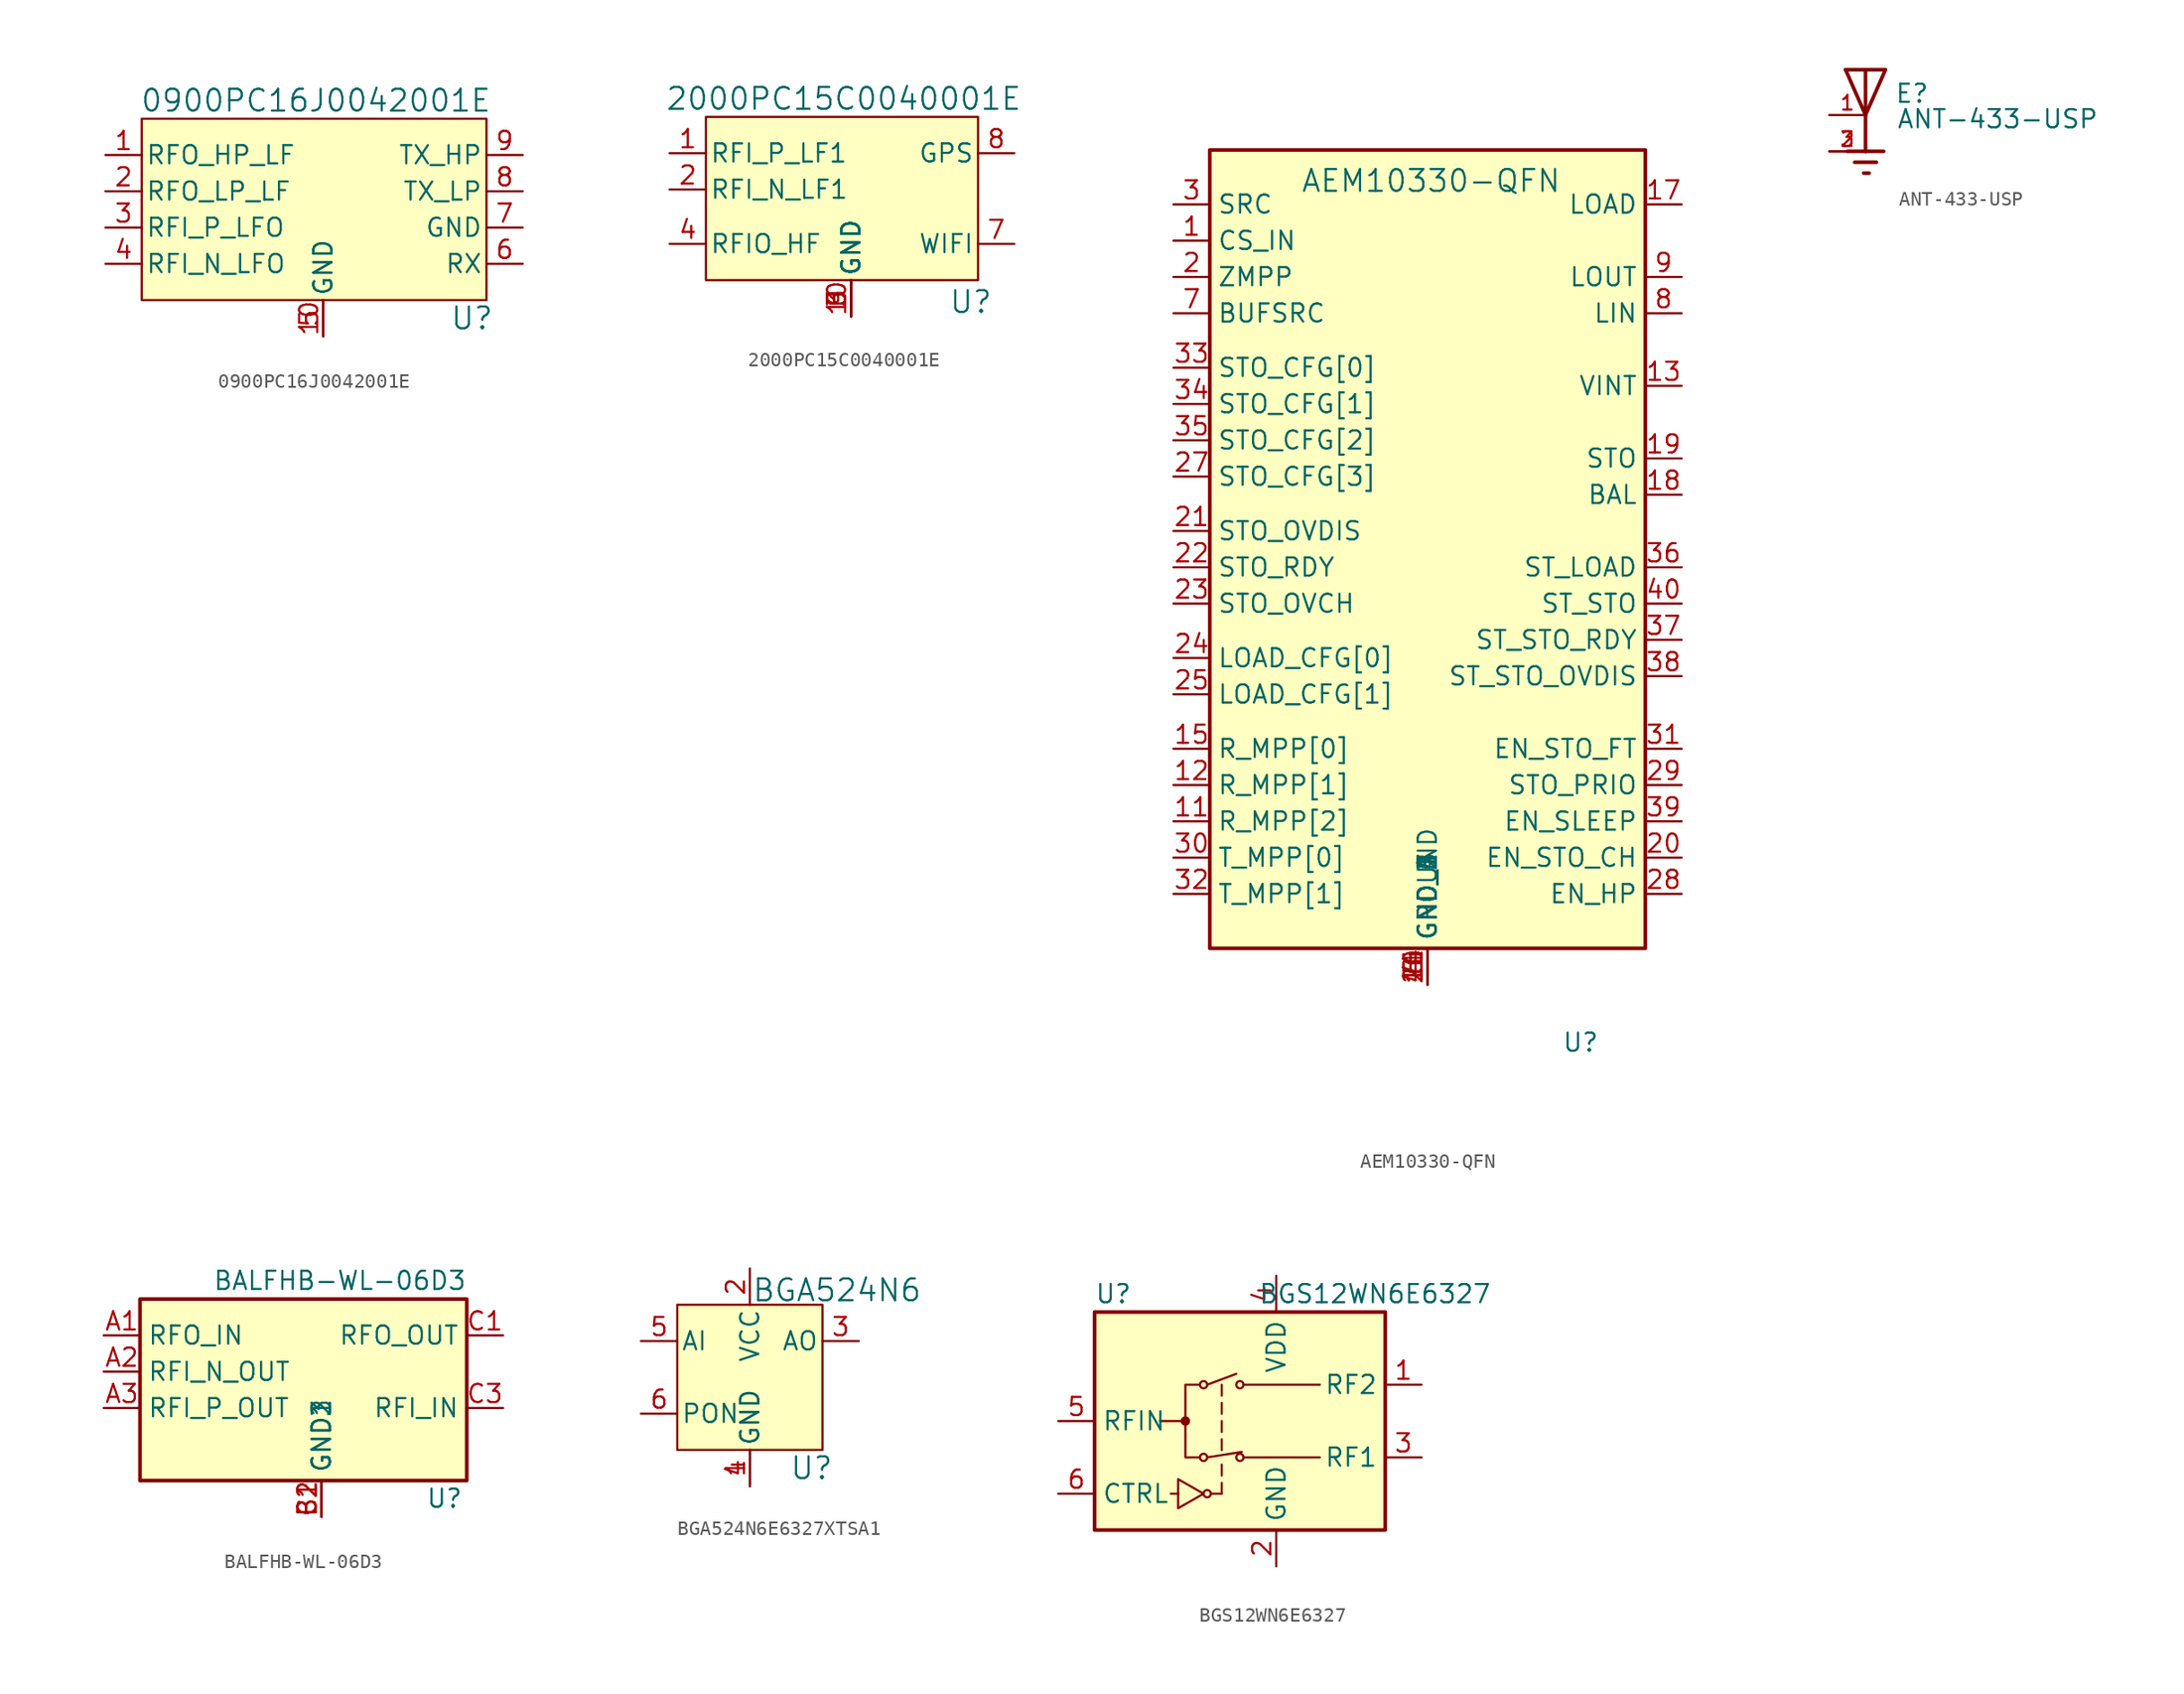
<source format=kicad_sym>
(kicad_symbol_lib
  (version 20231120)
  (generator "kicad_symbol_editor")
  (generator_version "8.0")
  (symbol "0900PC16J0042001E"
    (pin_names
      (offset 0.254))
    (property "Reference" "U"
      (at 10.414 -5.08 0)
      (effects (font (size 1.524 1.524))))
    (property "Value" "0900PC16J0042001E"
      (at -0.508 10.16 0)
      (effects (font (size 1.524 1.524))))
    (symbol "0900PC16J0042001E_0_1"
      (pin input line (at -15.24 6.35 0) (length 2.54) (name "RFO_HP_LF" (effects (font (size 1.27 1.27)))) (number "1" (effects (font (size 1.27 1.27)))))
      (pin power_in line (at 0 -6.35 90) (length 2.54) (name "GND" (effects (font (size 1.27 1.27)))) (number "10" (effects (font (size 1.27 1.27)))))
      (pin input line (at -15.24 3.81 0) (length 2.54) (name "RFO_LP_LF" (effects (font (size 1.27 1.27)))) (number "2" (effects (font (size 1.27 1.27)))))
      (pin output line (at -15.24 1.27 0) (length 2.54) (name "RFI_P_LFO" (effects (font (size 1.27 1.27)))) (number "3" (effects (font (size 1.27 1.27)))))
      (pin output line (at -15.24 -1.27 0) (length 2.54) (name "RFI_N_LFO" (effects (font (size 1.27 1.27)))) (number "4" (effects (font (size 1.27 1.27)))))
      (pin power_in line (at 0 -6.35 90) (length 2.54) (name "GND" (effects (font (size 1.27 1.27)))) (number "5" (effects (font (size 1.27 1.27)))))
      (pin input line (at 13.97 -1.27 180) (length 2.54) (name "RX" (effects (font (size 1.27 1.27)))) (number "6" (effects (font (size 1.27 1.27)))))
      (pin power_in line (at 13.97 1.27 180) (length 2.54) (name "GND" (effects (font (size 1.27 1.27)))) (number "7" (effects (font (size 1.27 1.27)))))
      (pin output line (at 13.97 3.81 180) (length 2.54) (name "TX_LP" (effects (font (size 1.27 1.27)))) (number "8" (effects (font (size 1.27 1.27)))))
      (pin output line (at 13.97 6.35 180) (length 2.54) (name "TX_HP" (effects (font (size 1.27 1.27)))) (number "9" (effects (font (size 1.27 1.27))))))
    (symbol "0900PC16J0042001E_1_1"
      (rectangle (start -12.7 8.89) (end 11.43 -3.81) (stroke (width 0) (type default)) (fill (type background)))))
  (symbol "2000PC15C0040001E"
    (pin_names
      (offset 0.254))
    (property "Reference" "U"
      (at 8.382 -6.604 0)
      (effects (font (size 1.524 1.524))))
    (property "Value" "2000PC15C0040001E"
      (at -0.508 7.62 0)
      (effects (font (size 1.524 1.524))))
    (symbol "2000PC15C0040001E_0_1"
      (pin power_in line (at 0 -7.62 90) (length 2.54) (name "GND" (effects (font (size 1.27 1.27)))) (number "10" (effects (font (size 1.27 1.27)))))
      (pin power_in line (at 0 -7.62 90) (length 2.54) (name "GND" (effects (font (size 1.27 1.27)))) (number "5" (effects (font (size 1.27 1.27))))))
    (symbol "2000PC15C0040001E_1_1"
      (rectangle (start -10.16 6.35) (end 8.89 -5.08) (stroke (width 0) (type default)) (fill (type background)))
      (pin input line (at -12.7 3.81 0) (length 2.54) (name "RFI_P_LF1" (effects (font (size 1.27 1.27)))) (number "1" (effects (font (size 1.27 1.27)))))
      (pin input line (at -12.7 1.27 0) (length 2.54) (name "RFI_N_LF1" (effects (font (size 1.27 1.27)))) (number "2" (effects (font (size 1.27 1.27)))))
      (pin power_in line (at 0 -7.62 90) (length 2.54) (name "GND" (effects (font (size 1.27 1.27)))) (number "3" (effects (font (size 1.27 1.27)))))
      (pin bidirectional line (at -12.7 -2.54 0) (length 2.54) (name "RFIO_HF" (effects (font (size 1.27 1.27)))) (number "4" (effects (font (size 1.27 1.27)))))
      (pin power_in line (at 0 -7.62 90) (length 2.54) (name "GND" (effects (font (size 1.27 1.27)))) (number "6" (effects (font (size 1.27 1.27)))))
      (pin bidirectional line (at 11.43 -2.54 180) (length 2.54) (name "WIFI" (effects (font (size 1.27 1.27)))) (number "7" (effects (font (size 1.27 1.27)))))
      (pin input line (at 11.43 3.81 180) (length 2.54) (name "GPS" (effects (font (size 1.27 1.27)))) (number "8" (effects (font (size 1.27 1.27)))))
      (pin power_in line (at 0 -7.62 90) (length 2.54) (name "GND" (effects (font (size 1.27 1.27)))) (number "9" (effects (font (size 1.27 1.27)))))))
  (symbol "AEM10330-QFN"
    (property "Reference" "U"
      (at 29.718 -41.402 0)
      (effects (font (size 1.27 1.27)) (justify left top)))
    (property "Value" "AEM10330-QFN"
      (at 11.43 19.05 0)
      (effects (font (size 1.524 1.524)) (justify left top)))
    (symbol "AEM10330-QFN_1_1"
      (rectangle (start 5.08 20.32) (end 35.56 -35.56) (stroke (width 0.254) (type default)) (fill (type background)))
      (pin power_in line (at 2.54 13.97 0) (length 2.54) (name "CS_IN" (effects (font (size 1.27 1.27)))) (number "1" (effects (font (size 1.27 1.27)))))
      (pin power_in line (at 20.32 -38.1 90) (length 2.54) (name "GND_4" (effects (font (size 1.27 1.27)))) (number "10" (effects (font (size 1.27 1.27)))))
      (pin input line (at 2.54 -26.67 0) (length 2.54) (name "R_MPP[2]" (effects (font (size 1.27 1.27)))) (number "11" (effects (font (size 1.27 1.27)))))
      (pin input line (at 2.54 -24.13 0) (length 2.54) (name "R_MPP[1]" (effects (font (size 1.27 1.27)))) (number "12" (effects (font (size 1.27 1.27)))))
      (pin power_out line (at 38.1 3.81 180) (length 2.54) (name "VINT" (effects (font (size 1.27 1.27)))) (number "13" (effects (font (size 1.27 1.27)))))
      (pin power_in line (at 20.32 -38.1 90) (length 2.54) (name "GND_5" (effects (font (size 1.27 1.27)))) (number "14" (effects (font (size 1.27 1.27)))))
      (pin input line (at 2.54 -21.59 0) (length 2.54) (name "R_MPP[0]" (effects (font (size 1.27 1.27)))) (number "15" (effects (font (size 1.27 1.27)))))
      (pin power_in line (at 20.32 -38.1 90) (length 2.54) (name "GND_6" (effects (font (size 1.27 1.27)))) (number "16" (effects (font (size 1.27 1.27)))))
      (pin power_out line (at 38.1 16.51 180) (length 2.54) (name "LOAD" (effects (font (size 1.27 1.27)))) (number "17" (effects (font (size 1.27 1.27)))))
      (pin power_out line (at 38.1 -3.81 180) (length 2.54) (name "BAL" (effects (font (size 1.27 1.27)))) (number "18" (effects (font (size 1.27 1.27)))))
      (pin power_out line (at 38.1 -1.27 180) (length 2.54) (name "STO" (effects (font (size 1.27 1.27)))) (number "19" (effects (font (size 1.27 1.27)))))
      (pin input line (at 2.54 11.43 0) (length 2.54) (name "ZMPP" (effects (font (size 1.27 1.27)))) (number "2" (effects (font (size 1.27 1.27)))))
      (pin input line (at 38.1 -29.21 180) (length 2.54) (name "EN_STO_CH" (effects (font (size 1.27 1.27)))) (number "20" (effects (font (size 1.27 1.27)))))
      (pin input line (at 2.54 -6.35 0) (length 2.54) (name "STO_OVDIS" (effects (font (size 1.27 1.27)))) (number "21" (effects (font (size 1.27 1.27)))))
      (pin input line (at 2.54 -8.89 0) (length 2.54) (name "STO_RDY" (effects (font (size 1.27 1.27)))) (number "22" (effects (font (size 1.27 1.27)))))
      (pin input line (at 2.54 -11.43 0) (length 2.54) (name "STO_OVCH" (effects (font (size 1.27 1.27)))) (number "23" (effects (font (size 1.27 1.27)))))
      (pin input line (at 2.54 -15.24 0) (length 2.54) (name "LOAD_CFG[0]" (effects (font (size 1.27 1.27)))) (number "24" (effects (font (size 1.27 1.27)))))
      (pin input line (at 2.54 -17.78 0) (length 2.54) (name "LOAD_CFG[1]" (effects (font (size 1.27 1.27)))) (number "25" (effects (font (size 1.27 1.27)))))
      (pin power_in line (at 20.32 -38.1 90) (length 2.54) (name "GND_7" (effects (font (size 1.27 1.27)))) (number "26" (effects (font (size 1.27 1.27)))))
      (pin input line (at 2.54 -2.54 0) (length 2.54) (name "STO_CFG[3]" (effects (font (size 1.27 1.27)))) (number "27" (effects (font (size 1.27 1.27)))))
      (pin input line (at 38.1 -31.75 180) (length 2.54) (name "EN_HP" (effects (font (size 1.27 1.27)))) (number "28" (effects (font (size 1.27 1.27)))))
      (pin input line (at 38.1 -24.13 180) (length 2.54) (name "STO_PRIO" (effects (font (size 1.27 1.27)))) (number "29" (effects (font (size 1.27 1.27)))))
      (pin power_in line (at 2.54 16.51 0) (length 2.54) (name "SRC" (effects (font (size 1.27 1.27)))) (number "3" (effects (font (size 1.27 1.27)))))
      (pin input line (at 2.54 -29.21 0) (length 2.54) (name "T_MPP[0]" (effects (font (size 1.27 1.27)))) (number "30" (effects (font (size 1.27 1.27)))))
      (pin input line (at 38.1 -21.59 180) (length 2.54) (name "EN_STO_FT" (effects (font (size 1.27 1.27)))) (number "31" (effects (font (size 1.27 1.27)))))
      (pin input line (at 2.54 -31.75 0) (length 2.54) (name "T_MPP[1]" (effects (font (size 1.27 1.27)))) (number "32" (effects (font (size 1.27 1.27)))))
      (pin input line (at 2.54 5.08 0) (length 2.54) (name "STO_CFG[0]" (effects (font (size 1.27 1.27)))) (number "33" (effects (font (size 1.27 1.27)))))
      (pin input line (at 2.54 2.54 0) (length 2.54) (name "STO_CFG[1]" (effects (font (size 1.27 1.27)))) (number "34" (effects (font (size 1.27 1.27)))))
      (pin input line (at 2.54 0 0) (length 2.54) (name "STO_CFG[2]" (effects (font (size 1.27 1.27)))) (number "35" (effects (font (size 1.27 1.27)))))
      (pin output line (at 38.1 -8.89 180) (length 2.54) (name "ST_LOAD" (effects (font (size 1.27 1.27)))) (number "36" (effects (font (size 1.27 1.27)))))
      (pin output line (at 38.1 -13.97 180) (length 2.54) (name "ST_STO_RDY" (effects (font (size 1.27 1.27)))) (number "37" (effects (font (size 1.27 1.27)))))
      (pin output line (at 38.1 -16.51 180) (length 2.54) (name "ST_STO_OVDIS" (effects (font (size 1.27 1.27)))) (number "38" (effects (font (size 1.27 1.27)))))
      (pin input line (at 38.1 -26.67 180) (length 2.54) (name "EN_SLEEP" (effects (font (size 1.27 1.27)))) (number "39" (effects (font (size 1.27 1.27)))))
      (pin power_in line (at 20.32 -38.1 90) (length 2.54) (name "GND_1" (effects (font (size 1.27 1.27)))) (number "4" (effects (font (size 1.27 1.27)))))
      (pin output line (at 38.1 -11.43 180) (length 2.54) (name "ST_STO" (effects (font (size 1.27 1.27)))) (number "40" (effects (font (size 1.27 1.27)))))
      (pin power_in line (at 20.32 -38.1 90) (length 2.54) (name "GROUND" (effects (font (size 1.27 1.27)))) (number "41" (effects (font (size 1.27 1.27)))))
      (pin power_in line (at 20.32 -38.1 90) (length 2.54) (name "GND_2" (effects (font (size 1.27 1.27)))) (number "5" (effects (font (size 1.27 1.27)))))
      (pin power_in line (at 20.32 -38.1 90) (length 2.54) (name "GND_3" (effects (font (size 1.27 1.27)))) (number "6" (effects (font (size 1.27 1.27)))))
      (pin power_out line (at 2.54 8.89 0) (length 2.54) (name "BUFSRC" (effects (font (size 1.27 1.27)))) (number "7" (effects (font (size 1.27 1.27)))))
      (pin power_out line (at 38.1 8.89 180) (length 2.54) (name "LIN" (effects (font (size 1.27 1.27)))) (number "8" (effects (font (size 1.27 1.27)))))
      (pin power_out line (at 38.1 11.43 180) (length 2.54) (name "LOUT" (effects (font (size 1.27 1.27)))) (number "9" (effects (font (size 1.27 1.27)))))))
  (symbol "ANT-433-USP"
    (pin_names
      (offset 1.016))
    (property "Reference" "E"
      (at 2.034 0.763 0)
      (effects (font (size 1.27 1.27)) (justify left bottom)))
    (property "Value" "ANT-433-USP"
      (at 2.163 -1.018 0)
      (effects (font (size 1.27 1.27)) (justify left bottom)))
    (symbol "ANT-433-USP_0_0"
      (polyline (pts (xy -1.397 3.175) (xy 0 3.175)) (stroke (width 0.254) (type default)) (fill (type none)))
      (polyline (pts (xy -0.762 -3.302) (xy 0.762 -3.302)) (stroke (width 0.254) (type default)) (fill (type none)))
      (polyline (pts (xy -0.127 -4.064) (xy 0.254 -4.064)) (stroke (width 0.254) (type default)) (fill (type none)))
      (polyline (pts (xy 0 -2.54) (xy -1.27 -2.54)) (stroke (width 0.254) (type default)) (fill (type none)))
      (polyline (pts (xy 0 -2.54) (xy 1.27 -2.54)) (stroke (width 0.254) (type default)) (fill (type none)))
      (polyline (pts (xy 0 0) (xy -1.397 3.175)) (stroke (width 0.254) (type default)) (fill (type none)))
      (polyline (pts (xy 0 0) (xy 0 -2.54)) (stroke (width 0.254) (type default)) (fill (type none)))
      (polyline (pts (xy 0 3.175) (xy 0 0)) (stroke (width 0.254) (type default)) (fill (type none)))
      (polyline (pts (xy 0 3.175) (xy 1.397 3.175)) (stroke (width 0.254) (type default)) (fill (type none)))
      (polyline (pts (xy 1.397 3.175) (xy 0 0)) (stroke (width 0.254) (type default)) (fill (type none)))
      (pin passive line (at -2.54 0 0) (length 2.54) (name "~" (effects (font (size 1.016 1.016)))) (number "1" (effects (font (size 1.016 1.016)))))
      (pin power_in line (at -2.54 -2.54 0) (length 2.54) (name "~" (effects (font (size 1.016 1.016)))) (number "2" (effects (font (size 1.016 1.016)))))
      (pin power_in line (at -2.54 -2.54 0) (length 2.54) (name "~" (effects (font (size 1.016 1.016)))) (number "3" (effects (font (size 1.016 1.016)))))))
  (symbol "BALFHB-WL-06D3"
    (property "Reference" "U"
      (at 9.906 -8.128 0)
      (effects (font (size 1.27 1.27)) (justify right top)))
    (property "Value" "BALFHB-WL-06D3"
      (at -7.62 7.112 0)
      (effects (font (size 1.27 1.27)) (justify left top)))
    (symbol "BALFHB-WL-06D3_1_1"
      (rectangle (start -12.7 5.08) (end 10.16 -7.62) (stroke (width 0.254) (type default)) (fill (type background)))
      (pin passive line (at -15.24 2.54 0) (length 2.54) (name "RFO_IN" (effects (font (size 1.27 1.27)))) (number "A1" (effects (font (size 1.27 1.27)))))
      (pin passive line (at -15.24 0 0) (length 2.54) (name "RFI_N_OUT" (effects (font (size 1.27 1.27)))) (number "A2" (effects (font (size 1.27 1.27)))))
      (pin passive line (at -15.24 -2.54 0) (length 2.54) (name "RFI_P_OUT" (effects (font (size 1.27 1.27)))) (number "A3" (effects (font (size 1.27 1.27)))))
      (pin power_in line (at 0 -10.16 90) (length 2.54) (name "GND2" (effects (font (size 1.27 1.27)))) (number "B1" (effects (font (size 1.27 1.27)))))
      (pin power_in line (at 0 -10.16 90) (length 2.54) (name "GND3" (effects (font (size 1.27 1.27)))) (number "B2" (effects (font (size 1.27 1.27)))))
      (pin passive line (at 12.7 2.54 180) (length 2.54) (name "RFO_OUT" (effects (font (size 1.27 1.27)))) (number "C1" (effects (font (size 1.27 1.27)))))
      (pin power_in line (at 0 -10.16 90) (length 2.54) (name "GND1" (effects (font (size 1.27 1.27)))) (number "C2" (effects (font (size 1.27 1.27)))))
      (pin passive line (at 12.7 -2.54 180) (length 2.54) (name "RFI_IN" (effects (font (size 1.27 1.27)))) (number "C3" (effects (font (size 1.27 1.27)))))))
  (symbol "BGA524N6E6327XTSA1"
    (pin_names
      (offset 0.254))
    (property "Reference" "U"
      (at 4.318 -6.35 0)
      (effects (font (size 1.524 1.524))))
    (property "Value" "BGA524N6"
      (at 6.096 6.096 0)
      (effects (font (size 1.524 1.524))))
    (property "ki_locked" ""
      (at 0 0 0)
      (effects (font (size 1.27 1.27))))
    (symbol "BGA524N6E6327XTSA1_0_0"
      (pin input line (at -7.62 -2.54 0) (length 2.54) (name "PON" (effects (font (size 1.27 1.27)))) (number "6" (effects (font (size 1.27 1.27))))))
    (symbol "BGA524N6E6327XTSA1_0_1"
      (pin power_in line (at 0 -7.62 90) (length 2.54) (name "GND" (effects (font (size 1.27 1.27)))) (number "1" (effects (font (size 1.27 1.27)))))
      (pin power_in line (at 0 7.62 270) (length 2.54) (name "VCC" (effects (font (size 1.27 1.27)))) (number "2" (effects (font (size 1.27 1.27)))))
      (pin output line (at 7.62 2.54 180) (length 2.54) (name "AO" (effects (font (size 1.27 1.27)))) (number "3" (effects (font (size 1.27 1.27)))))
      (pin power_in line (at 0 -7.62 90) (length 2.54) (name "GND" (effects (font (size 1.27 1.27)))) (number "4" (effects (font (size 1.27 1.27)))))
      (pin input line (at -7.62 2.54 0) (length 2.54) (name "AI" (effects (font (size 1.27 1.27)))) (number "5" (effects (font (size 1.27 1.27))))))
    (symbol "BGA524N6E6327XTSA1_1_1"
      (rectangle (start -5.08 5.08) (end 5.08 -5.08) (stroke (width 0) (type default)) (fill (type background)))))
  (symbol "BGS12WN6E6327"
    (property "Reference" "U"
      (at -10.16 11.43 0)
      (effects (font (size 1.27 1.27)) (justify left)))
    (property "Value" "BGS12WN6E6327"
      (at 1.27 11.43 0)
      (effects (font (size 1.27 1.27)) (justify left)))
    (symbol "BGS12WN6E6327_0_0"
      (rectangle (start -10.16 10.16) (end 10.16 -5.08) (stroke (width 0.254) (type default)) (fill (type background)))
      (circle (center -3.81 2.54) (radius 0.254) (stroke (width 0) (type default)) (fill (type outline)))
      (circle (center -2.286 -2.54) (radius 0.254) (stroke (width 0) (type default)) (fill (type none)))
      (polyline (pts (xy -4.318 -2.54) (xy -4.826 -2.54)) (stroke (width 0) (type default)) (fill (type none)))
      (polyline (pts (xy -3.81 2.54) (xy -5.588 2.54)) (stroke (width 0) (type default)) (fill (type none)))
      (polyline (pts (xy -1.27 -2.54) (xy -2.032 -2.54)) (stroke (width 0) (type default)) (fill (type none)))
      (polyline (pts (xy -1.27 -2.54) (xy -1.27 -1.778)) (stroke (width 0) (type default)) (fill (type none)))
      (polyline (pts (xy -1.27 -1.27) (xy -1.27 -0.508)) (stroke (width 0) (type default)) (fill (type none)))
      (polyline (pts (xy -1.27 1.27) (xy -1.27 0.508)) (stroke (width 0) (type default)) (fill (type none)))
      (polyline (pts (xy -1.27 2.54) (xy -1.27 1.778)) (stroke (width 0) (type default)) (fill (type none)))
      (polyline (pts (xy -1.27 3.81) (xy -1.27 3.048)) (stroke (width 0) (type default)) (fill (type none)))
      (polyline (pts (xy -1.27 5.08) (xy -1.27 4.318)) (stroke (width 0) (type default)) (fill (type none)))
      (polyline (pts (xy 0.254 0) (xy 5.588 0)) (stroke (width 0) (type default)) (fill (type none)))
      (polyline (pts (xy 0.254 5.08) (xy 5.588 5.08)) (stroke (width 0) (type default)) (fill (type none)))
      (polyline (pts (xy -4.318 -1.524) (xy -4.318 -3.556) (xy -2.54 -2.54) (xy -4.318 -1.524)) (stroke (width 0) (type default)) (fill (type none)))
      (polyline (pts (xy -2.794 0) (xy -3.81 0) (xy -3.81 5.08) (xy -2.794 5.08)) (stroke (width 0) (type default)) (fill (type none))))
    (symbol "BGS12WN6E6327_0_1"
      (circle (center -2.54 0) (radius 0.254) (stroke (width 0) (type default)) (fill (type none)))
      (circle (center -2.54 5.08) (radius 0.254) (stroke (width 0) (type default)) (fill (type none)))
      (polyline (pts (xy -2.286 0) (xy 0.127 0.381)) (stroke (width 0) (type default)) (fill (type none)))
      (polyline (pts (xy -2.286 5.08) (xy -0.254 5.842)) (stroke (width 0) (type default)) (fill (type none)))
      (circle (center 0 0) (radius 0.254) (stroke (width 0) (type default)) (fill (type none)))
      (circle (center 0 5.08) (radius 0.254) (stroke (width 0) (type default)) (fill (type none))))
    (symbol "BGS12WN6E6327_1_1"
      (pin passive line (at 12.7 5.08 180) (length 2.54) (name "RF2" (effects (font (size 1.27 1.27)))) (number "1" (effects (font (size 1.27 1.27)))))
      (pin power_in line (at 2.54 -7.62 90) (length 2.54) (name "GND" (effects (font (size 1.27 1.27)))) (number "2" (effects (font (size 1.27 1.27)))))
      (pin passive line (at 12.7 0 180) (length 2.54) (name "RF1" (effects (font (size 1.27 1.27)))) (number "3" (effects (font (size 1.27 1.27)))))
      (pin power_in line (at 2.54 12.7 270) (length 2.54) (name "VDD" (effects (font (size 1.27 1.27)))) (number "4" (effects (font (size 1.27 1.27)))))
      (pin passive line (at -12.7 2.54 0) (length 2.54) (name "RFIN" (effects (font (size 1.27 1.27)))) (number "5" (effects (font (size 1.27 1.27)))))
      (pin input line (at -12.7 -2.54 0) (length 2.54) (name "CTRL" (effects (font (size 1.27 1.27)))) (number "6" (effects (font (size 1.27 1.27))))))))
</source>
